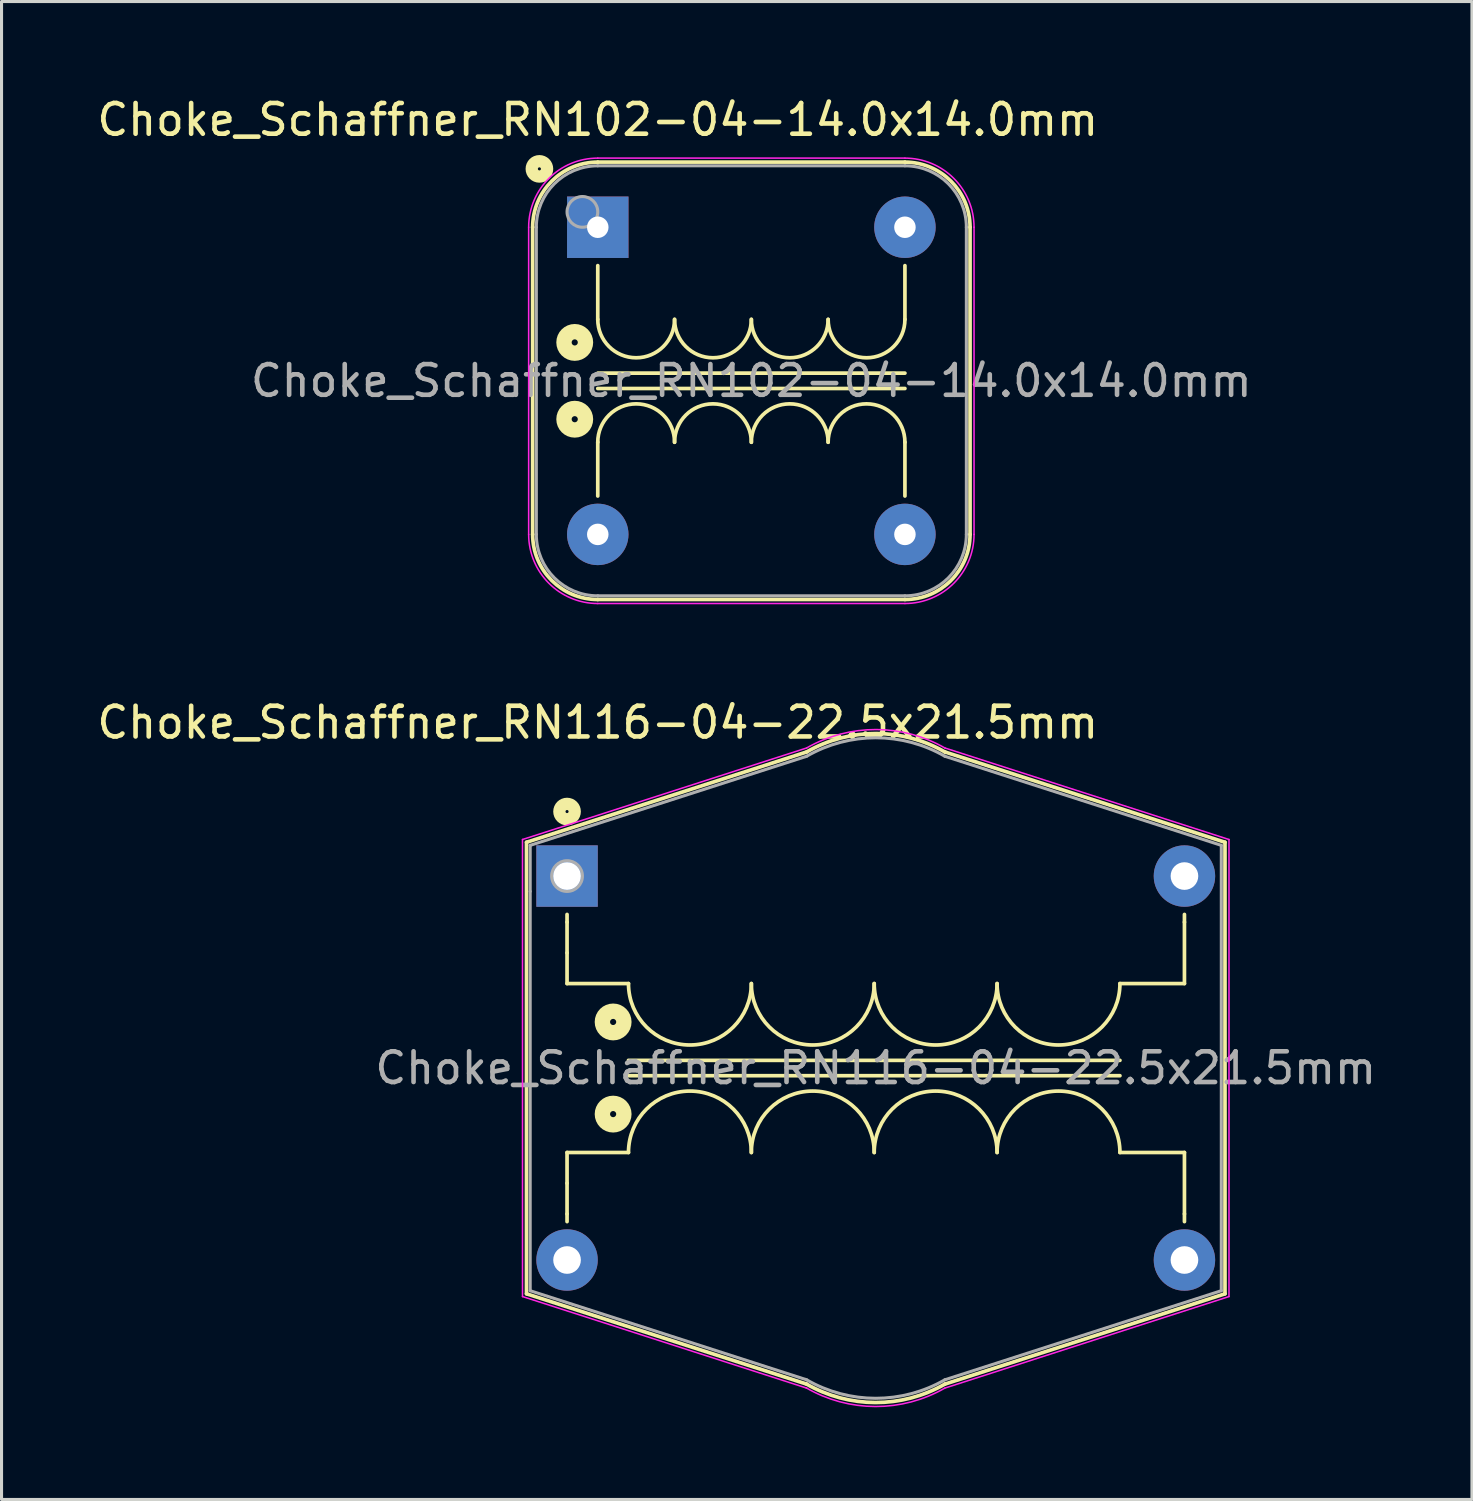
<source format=kicad_pcb>
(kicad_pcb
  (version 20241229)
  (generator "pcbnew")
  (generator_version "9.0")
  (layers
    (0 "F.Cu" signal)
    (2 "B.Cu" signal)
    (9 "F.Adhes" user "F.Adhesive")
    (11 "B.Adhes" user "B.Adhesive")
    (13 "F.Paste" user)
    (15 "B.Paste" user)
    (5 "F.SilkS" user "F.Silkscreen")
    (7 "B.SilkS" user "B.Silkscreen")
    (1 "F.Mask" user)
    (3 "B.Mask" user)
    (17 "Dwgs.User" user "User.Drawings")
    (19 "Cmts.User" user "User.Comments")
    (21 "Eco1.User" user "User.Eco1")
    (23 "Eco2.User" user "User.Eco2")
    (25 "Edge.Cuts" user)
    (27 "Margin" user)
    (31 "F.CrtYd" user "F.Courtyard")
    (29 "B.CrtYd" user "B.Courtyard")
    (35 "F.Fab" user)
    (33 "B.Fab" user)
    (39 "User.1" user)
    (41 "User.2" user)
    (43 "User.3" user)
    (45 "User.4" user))
  (footprint "Choke_Schaffner_RN102-04-14.0x14.0mm"
    (layer "F.Cu")
    (at 16.411 4.348)
    (property "Reference" "Choke_Schaffner_RN102-04-14.0x14.0mm" (at 0 -3.5 0) (layer "F.SilkS") (effects (font (size 1 1) (thickness 0.15))))
    (attr through_hole)
    (fp_line (start -2.12 10) (end -2.12 0) (stroke (width 0.12) (type solid)) (layer "F.SilkS"))
    (fp_line (start 0 -2.12) (end 10 -2.12) (stroke (width 0.12) (type solid)) (layer "F.SilkS"))
    (fp_line (start 0 1.25) (end 0 3) (stroke (width 0.12) (type solid)) (layer "F.SilkS"))
    (fp_line (start 0 5.25) (end 10 5.25) (stroke (width 0.12) (type solid)) (layer "F.SilkS"))
    (fp_line (start 0 7) (end 0 8.75) (stroke (width 0.12) (type solid)) (layer "F.SilkS"))
    (fp_line (start 10 1.25) (end 10 3) (stroke (width 0.12) (type solid)) (layer "F.SilkS"))
    (fp_line (start 10 4.75) (end 0 4.75) (stroke (width 0.12) (type solid)) (layer "F.SilkS"))
    (fp_line (start 10 7) (end 10 8.75) (stroke (width 0.12) (type solid)) (layer "F.SilkS"))
    (fp_line (start 10 12.12) (end 0 12.12) (stroke (width 0.12) (type solid)) (layer "F.SilkS"))
    (fp_line (start 12.12 0) (end 12.12 10) (stroke (width 0.12) (type solid)) (layer "F.SilkS"))
    (fp_arc (start -2.12 0) (mid -1.499066 -1.499066) (end 0 -2.12) (stroke (width 0.12) (type solid)) (layer "F.SilkS"))
    (fp_arc (start 0 7) (mid 1.25 5.75) (end 2.5 7) (stroke (width 0.12) (type solid)) (layer "F.SilkS"))
    (fp_arc (start 0 12.12) (mid -1.499066 11.499066) (end -2.12 10) (stroke (width 0.12) (type solid)) (layer "F.SilkS"))
    (fp_arc (start 2.5 3) (mid 1.25 4.25) (end 0 3) (stroke (width 0.12) (type solid)) (layer "F.SilkS"))
    (fp_arc (start 2.5 7) (mid 3.75 5.75) (end 5 7) (stroke (width 0.12) (type solid)) (layer "F.SilkS"))
    (fp_arc (start 5 3) (mid 3.75 4.25) (end 2.5 3) (stroke (width 0.12) (type solid)) (layer "F.SilkS"))
    (fp_arc (start 5 7) (mid 6.25 5.75) (end 7.5 7) (stroke (width 0.12) (type solid)) (layer "F.SilkS"))
    (fp_arc (start 7.5 3) (mid 6.25 4.25) (end 5 3) (stroke (width 0.12) (type solid)) (layer "F.SilkS"))
    (fp_arc (start 7.5 7) (mid 8.75 5.75) (end 10 7) (stroke (width 0.12) (type solid)) (layer "F.SilkS"))
    (fp_arc (start 10 -2.12) (mid 11.499066 -1.499066) (end 12.12 0) (stroke (width 0.12) (type solid)) (layer "F.SilkS"))
    (fp_arc (start 10 3) (mid 8.75 4.25) (end 7.5 3) (stroke (width 0.12) (type solid)) (layer "F.SilkS"))
    (fp_arc (start 12.12 10) (mid 11.499066 11.499066) (end 10 12.12) (stroke (width 0.12) (type solid)) (layer "F.SilkS"))
    (fp_circle (center -1.9 -1.9) (end -1.85 -1.9) (stroke (width 0.4) (type solid)) (fill no) (layer "F.SilkS"))
    (fp_circle (center -0.75 3.75) (end -0.65 3.75) (stroke (width 0.5) (type solid)) (fill no) (layer "F.SilkS"))
    (fp_circle (center -0.75 6.25) (end -0.65 6.25) (stroke (width 0.5) (type solid)) (fill no) (layer "F.SilkS"))
    (fp_line (start -2.25 10) (end -2.25 0) (stroke (width 0.05) (type solid)) (layer "F.CrtYd"))
    (fp_line (start 0 -2.25) (end 10 -2.25) (stroke (width 0.05) (type solid)) (layer "F.CrtYd"))
    (fp_line (start 10 12.25) (end 0 12.25) (stroke (width 0.05) (type solid)) (layer "F.CrtYd"))
    (fp_line (start 12.25 0) (end 12.25 10) (stroke (width 0.05) (type solid)) (layer "F.CrtYd"))
    (fp_arc (start -2.25 0) (mid -1.59099 -1.59099) (end 0 -2.25) (stroke (width 0.05) (type solid)) (layer "F.CrtYd"))
    (fp_arc (start 0 12.25) (mid -1.59099 11.59099) (end -2.25 10) (stroke (width 0.05) (type solid)) (layer "F.CrtYd"))
    (fp_arc (start 10 -2.25) (mid 11.59099 -1.59099) (end 12.25 0) (stroke (width 0.05) (type solid)) (layer "F.CrtYd"))
    (fp_arc (start 12.25 10) (mid 11.59099 11.59099) (end 10 12.25) (stroke (width 0.05) (type solid)) (layer "F.CrtYd"))
    (fp_line (start -2 10) (end -2 0) (stroke (width 0.1) (type solid)) (layer "F.Fab"))
    (fp_line (start 0 -2) (end 10 -2) (stroke (width 0.1) (type solid)) (layer "F.Fab"))
    (fp_line (start 10 12) (end 0 12) (stroke (width 0.1) (type solid)) (layer "F.Fab"))
    (fp_line (start 12 0) (end 12 10) (stroke (width 0.1) (type solid)) (layer "F.Fab"))
    (fp_arc (start -2 0) (mid -1.414214 -1.414214) (end 0 -2) (stroke (width 0.1) (type solid)) (layer "F.Fab"))
    (fp_arc (start 0 12) (mid -1.414214 11.414214) (end -2 10) (stroke (width 0.1) (type solid)) (layer "F.Fab"))
    (fp_arc (start 10 -2) (mid 11.414214 -1.414214) (end 12 0) (stroke (width 0.1) (type solid)) (layer "F.Fab"))
    (fp_arc (start 12 10) (mid 11.414214 11.414214) (end 10 12) (stroke (width 0.1) (type solid)) (layer "F.Fab"))
    (fp_circle (center -0.5 -0.5) (end 0.000001 -0.5) (stroke (width 0.1) (type solid)) (fill no) (layer "F.Fab"))
    (fp_text user "${REFERENCE}" (at 5 5 0) (layer "F.Fab") (effects (font (size 1 1) (thickness 0.15))))
    (pad "1" thru_hole rect (at 0 0) (size 2 2) (drill 0.7) (layers "*.Cu" "*.Mask"))
    (pad "2" thru_hole circle (at 10 0) (size 2 2) (drill 0.7) (layers "*.Cu" "*.Mask"))
    (pad "3" thru_hole circle (at 0 10) (size 2 2) (drill 0.7) (layers "*.Cu" "*.Mask"))
    (pad "4" thru_hole circle (at 10 10) (size 2 2) (drill 0.7) (layers "*.Cu" "*.Mask")))
  (footprint "Choke_Schaffner_RN116-04-22.5x21.5mm"
    (layer "F.Cu")
    (at 15.411 25.471)
    (property "Reference" "Choke_Schaffner_RN116-04-22.5x21.5mm" (at 1 -5 0) (layer "F.SilkS") (effects (font (size 1 1) (thickness 0.15))))
    (attr through_hole)
    (fp_line (start -1.32 -1.1) (end 7.8 -4.04) (stroke (width 0.12) (type solid)) (layer "F.SilkS"))
    (fp_line (start -1.32 13.6) (end -1.32 -1.1) (stroke (width 0.12) (type solid)) (layer "F.SilkS"))
    (fp_line (start 0 1.5) (end 0 1.25) (stroke (width 0.12) (type solid)) (layer "F.SilkS"))
    (fp_line (start 0 2.5) (end 0 1.5) (stroke (width 0.12) (type solid)) (layer "F.SilkS"))
    (fp_line (start 0 3.5) (end 0 2.5) (stroke (width 0.12) (type solid)) (layer "F.SilkS"))
    (fp_line (start 0 9) (end 0 10) (stroke (width 0.12) (type solid)) (layer "F.SilkS"))
    (fp_line (start 0 10) (end 0 11) (stroke (width 0.12) (type solid)) (layer "F.SilkS"))
    (fp_line (start 0 11) (end 0 11.25) (stroke (width 0.12) (type solid)) (layer "F.SilkS"))
    (fp_line (start 2 3.5) (end 0 3.5) (stroke (width 0.12) (type solid)) (layer "F.SilkS"))
    (fp_line (start 2 6) (end 18 6) (stroke (width 0.12) (type solid)) (layer "F.SilkS"))
    (fp_line (start 2 9) (end 0 9) (stroke (width 0.12) (type solid)) (layer "F.SilkS"))
    (fp_line (start 7.8 16.54) (end -1.32 13.6) (stroke (width 0.12) (type solid)) (layer "F.SilkS"))
    (fp_line (start 12.3 -4.04) (end 21.42 -1.1) (stroke (width 0.12) (type solid)) (layer "F.SilkS"))
    (fp_line (start 18 3.5) (end 20.1 3.5) (stroke (width 0.12) (type solid)) (layer "F.SilkS"))
    (fp_line (start 18 6.5) (end 2 6.5) (stroke (width 0.12) (type solid)) (layer "F.SilkS"))
    (fp_line (start 20.1 1.5) (end 20.1 1.25) (stroke (width 0.12) (type solid)) (layer "F.SilkS"))
    (fp_line (start 20.1 3.5) (end 20.1 1.5) (stroke (width 0.12) (type solid)) (layer "F.SilkS"))
    (fp_line (start 20.1 9) (end 18 9) (stroke (width 0.12) (type solid)) (layer "F.SilkS"))
    (fp_line (start 20.1 9) (end 20.1 11) (stroke (width 0.12) (type solid)) (layer "F.SilkS"))
    (fp_line (start 20.1 11) (end 20.1 11.25) (stroke (width 0.12) (type solid)) (layer "F.SilkS"))
    (fp_line (start 21.42 -1.1) (end 21.42 13.6) (stroke (width 0.12) (type solid)) (layer "F.SilkS"))
    (fp_line (start 21.42 13.6) (end 12.3 16.54) (stroke (width 0.12) (type solid)) (layer "F.SilkS"))
    (fp_arc (start 2 9) (mid 4 7) (end 6 9) (stroke (width 0.12) (type solid)) (layer "F.SilkS"))
    (fp_arc (start 6 3.5) (mid 4 5.5) (end 2 3.5) (stroke (width 0.12) (type solid)) (layer "F.SilkS"))
    (fp_arc (start 6 9) (mid 8 7) (end 10 9) (stroke (width 0.12) (type solid)) (layer "F.SilkS"))
    (fp_arc (start 7.8 -4.04) (mid 10.061443 -4.63982) (end 12.31982 -4.028557) (stroke (width 0.12) (type solid)) (layer "F.SilkS"))
    (fp_arc (start 10 3.5) (mid 8 5.5) (end 6 3.5) (stroke (width 0.12) (type solid)) (layer "F.SilkS"))
    (fp_arc (start 10 9) (mid 12 7) (end 14 9) (stroke (width 0.12) (type solid)) (layer "F.SilkS"))
    (fp_arc (start 12.3 16.54) (mid 10.038557 17.13982) (end 7.78018 16.528557) (stroke (width 0.12) (type solid)) (layer "F.SilkS"))
    (fp_arc (start 14 3.5) (mid 12 5.5) (end 10 3.5) (stroke (width 0.12) (type solid)) (layer "F.SilkS"))
    (fp_arc (start 14 9) (mid 16 7) (end 18 9) (stroke (width 0.12) (type solid)) (layer "F.SilkS"))
    (fp_arc (start 18 3.5) (mid 16 5.5) (end 14 3.5) (stroke (width 0.12) (type solid)) (layer "F.SilkS"))
    (fp_circle (center 0 -2.1) (end 0.05 -2.1) (stroke (width 0.4) (type solid)) (fill no) (layer "F.SilkS"))
    (fp_circle (center 1.5 4.75) (end 1.6 4.75) (stroke (width 0.5) (type solid)) (fill no) (layer "F.SilkS"))
    (fp_circle (center 1.5 7.75) (end 1.6 7.75) (stroke (width 0.5) (type solid)) (fill no) (layer "F.SilkS"))
    (fp_line (start -1.45 -1.19) (end 7.8 -4.17) (stroke (width 0.05) (type solid)) (layer "F.CrtYd"))
    (fp_line (start -1.45 13.69) (end -1.45 -1.19) (stroke (width 0.05) (type solid)) (layer "F.CrtYd"))
    (fp_line (start 7.8 16.67) (end -1.45 13.69) (stroke (width 0.05) (type solid)) (layer "F.CrtYd"))
    (fp_line (start 12.3 -4.17) (end 21.55 -1.19) (stroke (width 0.05) (type solid)) (layer "F.CrtYd"))
    (fp_line (start 21.55 -1.19) (end 21.55 13.69) (stroke (width 0.05) (type solid)) (layer "F.CrtYd"))
    (fp_line (start 21.55 13.69) (end 12.3 16.67) (stroke (width 0.05) (type solid)) (layer "F.CrtYd"))
    (fp_arc (start 7.8 -4.17) (mid 10.061443 -4.76982) (end 12.31982 -4.158557) (stroke (width 0.05) (type solid)) (layer "F.CrtYd"))
    (fp_arc (start 12.3 16.67) (mid 10.038557 17.26982) (end 7.78018 16.658557) (stroke (width 0.05) (type solid)) (layer "F.CrtYd"))
    (fp_line (start -1.2 -1) (end 7.8 -3.9) (stroke (width 0.1) (type solid)) (layer "F.Fab"))
    (fp_line (start -1.2 0.5) (end -1.2 -1) (stroke (width 0.1) (type solid)) (layer "F.Fab"))
    (fp_line (start -1.2 13.5) (end -1.2 0.5) (stroke (width 0.1) (type solid)) (layer "F.Fab"))
    (fp_line (start 7.8 16.4) (end -1.2 13.5) (stroke (width 0.1) (type solid)) (layer "F.Fab"))
    (fp_line (start 12.3 -3.9) (end 21.3 -1) (stroke (width 0.1) (type solid)) (layer "F.Fab"))
    (fp_line (start 21.3 -1) (end 21.3 13.5) (stroke (width 0.1) (type solid)) (layer "F.Fab"))
    (fp_line (start 21.3 13.5) (end 12.3 16.4) (stroke (width 0.1) (type solid)) (layer "F.Fab"))
    (fp_arc (start 7.8 -3.9) (mid 10.051443 -4.502499) (end 12.302499 -3.898557) (stroke (width 0.1) (type solid)) (layer "F.Fab"))
    (fp_arc (start 12.3 16.4) (mid 10.048557 17.002499) (end 7.797501 16.398557) (stroke (width 0.1) (type solid)) (layer "F.Fab"))
    (fp_circle (center 0 0) (end 0.5 0) (stroke (width 0.1) (type solid)) (fill no) (layer "F.Fab"))
    (fp_text user "${REFERENCE}" (at 10.05 6.25 0) (layer "F.Fab") (effects (font (size 1 1) (thickness 0.15))))
    (pad "1" thru_hole rect (at 0 0) (size 2 2) (drill 0.9) (layers "*.Cu" "*.Mask"))
    (pad "2" thru_hole circle (at 20.1 0) (size 2 2) (drill 0.9) (layers "*.Cu" "*.Mask"))
    (pad "3" thru_hole circle (at 0 12.5) (size 2 2) (drill 0.9) (layers "*.Cu" "*.Mask"))
    (pad "4" thru_hole circle (at 20.1 12.5) (size 2 2) (drill 0.9) (layers "*.Cu" "*.Mask")))
  (gr_rect
    (start -3 -3)
    (end 44.871 45.766)
    (stroke (width 0.1) (type default))
    (fill no)
    (layer "Edge.Cuts")))
</source>
